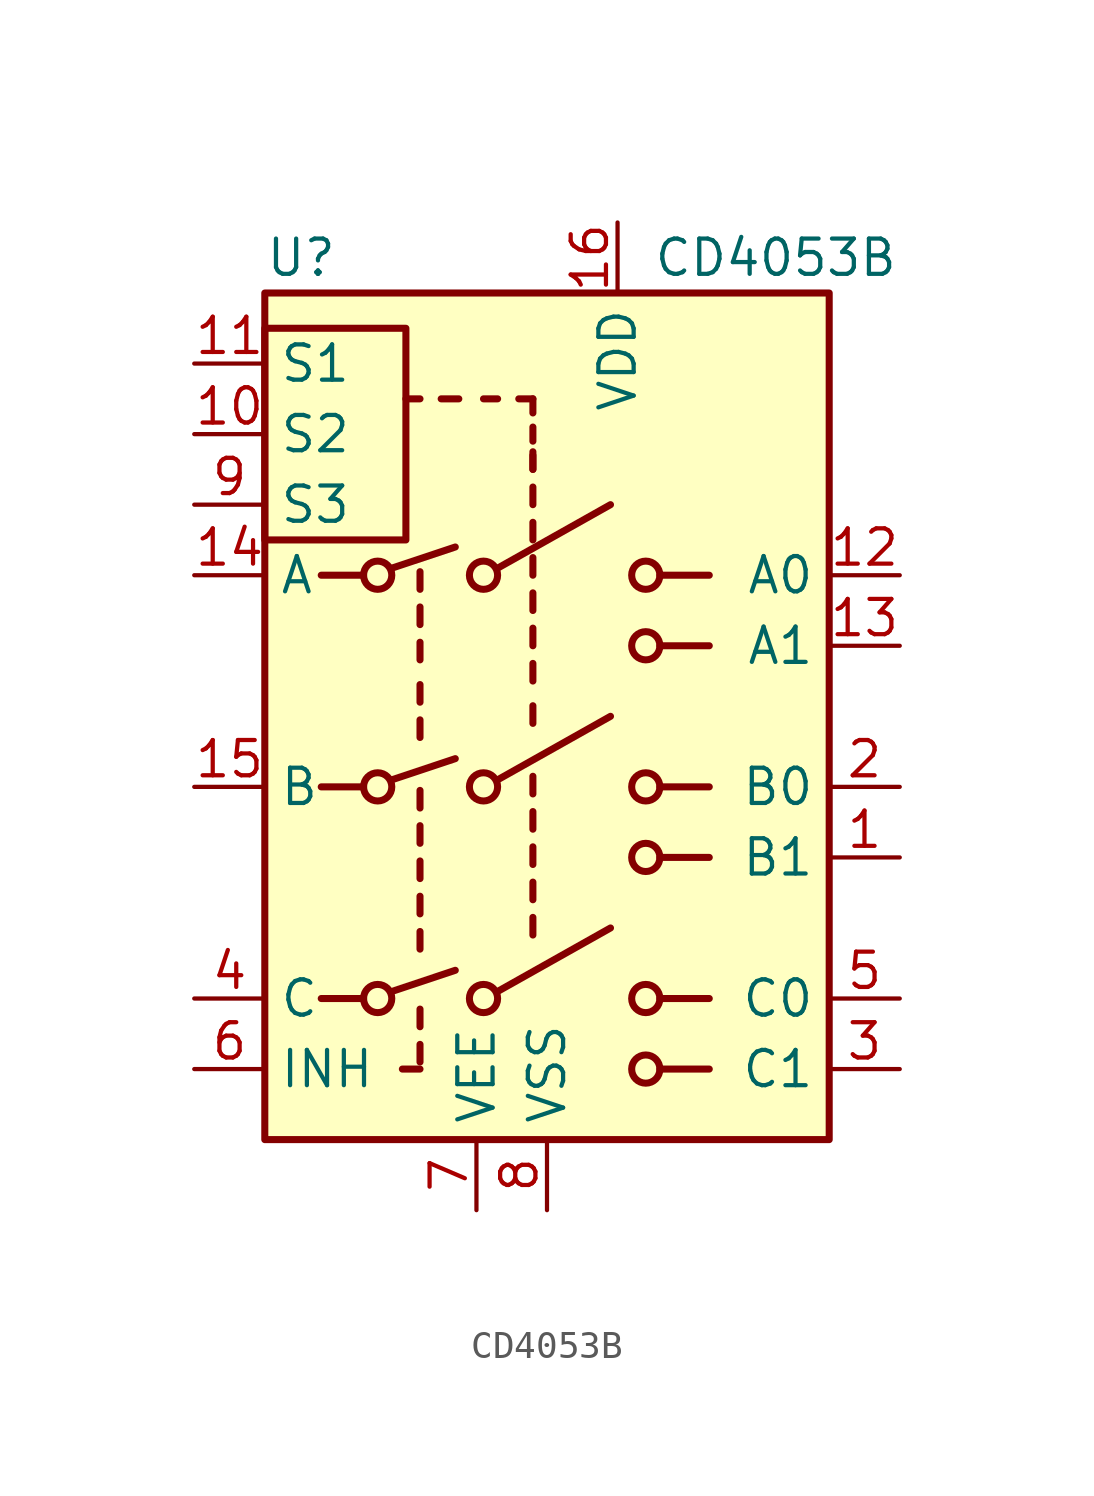
<source format=kicad_sym>
(kicad_symbol_lib
  (version 20201005)
  (generator kicad_symbol_editor)
  (symbol "Analog_Switch:CD4053B"
    (property "Reference" "U"
      (at -10.16 16.51 0)
      (effects (font (size 1.27 1.27)) (justify left)))
    (property "Value" "CD4053B"
      (at 3.81 16.51 0)
      (effects (font (size 1.27 1.27)) (justify left)))
    (symbol "CD4053B_0_1"
      (circle (center -6.096 -10.16) (radius 0.508) (stroke (width 0.254)) (fill (type none)))
      (circle (center -6.096 -2.54) (radius 0.508) (stroke (width 0.254)) (fill (type none)))
      (circle (center -6.096 5.08) (radius 0.508) (stroke (width 0.254)) (fill (type none)))
      (circle (center -2.286 -10.16) (radius 0.508) (stroke (width 0.254)) (fill (type none)))
      (circle (center -2.286 -2.54) (radius 0.508) (stroke (width 0.254)) (fill (type none)))
      (circle (center -2.286 5.08) (radius 0.508) (stroke (width 0.254)) (fill (type none)))
      (circle (center 3.556 -12.7) (radius 0.508) (stroke (width 0.254)) (fill (type none)))
      (circle (center 3.556 -10.16) (radius 0.508) (stroke (width 0.254)) (fill (type none)))
      (circle (center 3.556 -5.08) (radius 0.508) (stroke (width 0.254)) (fill (type none)))
      (circle (center 3.556 -2.54) (radius 0.508) (stroke (width 0.254)) (fill (type none)))
      (circle (center 3.556 2.54) (radius 0.508) (stroke (width 0.254)) (fill (type none)))
      (circle (center 3.556 5.08) (radius 0.508) (stroke (width 0.254)) (fill (type none)))
      (rectangle (start -10.16 6.35) (end -5.08 13.97) (stroke (width 0.254)) (fill (type none)))
      (rectangle (start -10.16 15.24) (end 10.16 -15.24) (stroke (width 0.254)) (fill (type background)))
      (polyline (pts (xy -8.128 -10.16) (xy -6.604 -10.16)) (stroke (width 0.254)) (fill (type none)))
      (polyline (pts (xy -8.128 -2.54) (xy -6.604 -2.54)) (stroke (width 0.254)) (fill (type none)))
      (polyline (pts (xy -8.128 5.08) (xy -6.604 5.08)) (stroke (width 0.254)) (fill (type none)))
      (polyline (pts (xy -5.588 -9.906) (xy -3.302 -9.144)) (stroke (width 0.254)) (fill (type none)))
      (polyline (pts (xy -5.588 -2.286) (xy -3.302 -1.524)) (stroke (width 0.254)) (fill (type none)))
      (polyline (pts (xy -5.588 5.334) (xy -3.302 6.096)) (stroke (width 0.254)) (fill (type none)))
      (polyline (pts (xy -4.572 -12.7) (xy -5.207 -12.7)) (stroke (width 0.254)) (fill (type none)))
      (polyline (pts (xy -4.572 -12.446) (xy -4.572 -11.811)) (stroke (width 0.254)) (fill (type none)))
      (polyline (pts (xy -4.572 -11.176) (xy -4.572 -10.541)) (stroke (width 0.254)) (fill (type none)))
      (polyline (pts (xy -4.572 -8.382) (xy -4.572 -7.747)) (stroke (width 0.254)) (fill (type none)))
      (polyline (pts (xy -4.572 -7.112) (xy -4.572 -6.477)) (stroke (width 0.254)) (fill (type none)))
      (polyline (pts (xy -4.572 -5.842) (xy -4.572 -5.207)) (stroke (width 0.254)) (fill (type none)))
      (polyline (pts (xy -4.572 -4.572) (xy -4.572 -3.937)) (stroke (width 0.254)) (fill (type none)))
      (polyline (pts (xy -4.572 -3.302) (xy -4.572 -2.667)) (stroke (width 0.254)) (fill (type none)))
      (polyline (pts (xy -4.572 -0.762) (xy -4.572 -0.127)) (stroke (width 0.254)) (fill (type none)))
      (polyline (pts (xy -4.572 0.508) (xy -4.572 1.143)) (stroke (width 0.254)) (fill (type none)))
      (polyline (pts (xy -4.572 2.032) (xy -4.572 2.667)) (stroke (width 0.254)) (fill (type none)))
      (polyline (pts (xy -4.572 3.302) (xy -4.572 3.937)) (stroke (width 0.254)) (fill (type none)))
      (polyline (pts (xy -4.572 4.572) (xy -4.572 5.207)) (stroke (width 0.254)) (fill (type none)))
      (polyline (pts (xy -4.572 11.43) (xy -5.08 11.43)) (stroke (width 0.254)) (fill (type none)))
      (polyline (pts (xy -3.81 11.43) (xy -3.175 11.43)) (stroke (width 0.254)) (fill (type none)))
      (polyline (pts (xy -1.778 -9.906) (xy 2.286 -7.62)) (stroke (width 0.254)) (fill (type none)))
      (polyline (pts (xy -1.778 -2.286) (xy 2.286 0)) (stroke (width 0.254)) (fill (type none)))
      (polyline (pts (xy -1.778 5.334) (xy 2.286 7.62)) (stroke (width 0.254)) (fill (type none)))
      (polyline (pts (xy -1.778 11.43) (xy -2.286 11.43)) (stroke (width 0.254)) (fill (type none)))
      (polyline (pts (xy -0.508 -7.874) (xy -0.508 -7.239)) (stroke (width 0.254)) (fill (type none)))
      (polyline (pts (xy -0.508 -6.604) (xy -0.508 -5.969)) (stroke (width 0.254)) (fill (type none)))
      (polyline (pts (xy -0.508 -5.334) (xy -0.508 -4.699)) (stroke (width 0.254)) (fill (type none)))
      (polyline (pts (xy -0.508 -4.064) (xy -0.508 -3.429)) (stroke (width 0.254)) (fill (type none)))
      (polyline (pts (xy -0.508 -2.794) (xy -0.508 -2.159)) (stroke (width 0.254)) (fill (type none)))
      (polyline (pts (xy -0.508 -0.254) (xy -0.508 0.381)) (stroke (width 0.254)) (fill (type none)))
      (polyline (pts (xy -0.508 1.27) (xy -0.508 1.905)) (stroke (width 0.254)) (fill (type none)))
      (polyline (pts (xy -0.508 2.54) (xy -0.508 3.175)) (stroke (width 0.254)) (fill (type none)))
      (polyline (pts (xy -0.508 3.81) (xy -0.508 4.445)) (stroke (width 0.254)) (fill (type none)))
      (polyline (pts (xy -0.508 5.08) (xy -0.508 5.715)) (stroke (width 0.254)) (fill (type none)))
      (polyline (pts (xy -0.508 6.35) (xy -0.508 6.985)) (stroke (width 0.254)) (fill (type none)))
      (polyline (pts (xy -0.508 7.62) (xy -0.508 8.255)) (stroke (width 0.254)) (fill (type none)))
      (polyline (pts (xy -0.508 8.89) (xy -0.508 9.398)) (stroke (width 0.254)) (fill (type none)))
      (polyline (pts (xy -0.508 8.89) (xy -0.508 9.525)) (stroke (width 0.254)) (fill (type none)))
      (polyline (pts (xy -0.508 9.906) (xy -0.508 10.414)) (stroke (width 0.254)) (fill (type none)))
      (polyline (pts (xy -0.508 10.922) (xy -0.508 11.43)) (stroke (width 0.254)) (fill (type none)))
      (polyline (pts (xy -0.508 11.43) (xy -1.016 11.43)) (stroke (width 0.254)) (fill (type none)))
      (polyline (pts (xy 4.064 -12.7) (xy 5.842 -12.7)) (stroke (width 0.254)) (fill (type none)))
      (polyline (pts (xy 4.064 -10.16) (xy 5.842 -10.16)) (stroke (width 0.254)) (fill (type none)))
      (polyline (pts (xy 4.064 -5.08) (xy 5.842 -5.08)) (stroke (width 0.254)) (fill (type none)))
      (polyline (pts (xy 4.064 -2.54) (xy 5.842 -2.54)) (stroke (width 0.254)) (fill (type none)))
      (polyline (pts (xy 4.064 2.54) (xy 5.842 2.54)) (stroke (width 0.254)) (fill (type none)))
      (polyline (pts (xy 4.064 5.08) (xy 5.842 5.08)) (stroke (width 0.254)) (fill (type none))))
    (symbol "CD4053B_1_1"
      (pin bidirectional line (at 12.7 -5.08 180) (length 2.54) (name "B1" (effects (font (size 1.27 1.27)))) (number "1" (effects (font (size 1.27 1.27)))))
      (pin input line (at -12.7 10.16 0) (length 2.54) (name "S2" (effects (font (size 1.27 1.27)))) (number "10" (effects (font (size 1.27 1.27)))))
      (pin input line (at -12.7 12.7 0) (length 2.54) (name "S1" (effects (font (size 1.27 1.27)))) (number "11" (effects (font (size 1.27 1.27)))))
      (pin bidirectional line (at 12.7 5.08 180) (length 2.54) (name "A0" (effects (font (size 1.27 1.27)))) (number "12" (effects (font (size 1.27 1.27)))))
      (pin bidirectional line (at 12.7 2.54 180) (length 2.54) (name "A1" (effects (font (size 1.27 1.27)))) (number "13" (effects (font (size 1.27 1.27)))))
      (pin bidirectional line (at -12.7 5.08 0) (length 2.54) (name "A" (effects (font (size 1.27 1.27)))) (number "14" (effects (font (size 1.27 1.27)))))
      (pin bidirectional line (at -12.7 -2.54 0) (length 2.54) (name "B" (effects (font (size 1.27 1.27)))) (number "15" (effects (font (size 1.27 1.27)))))
      (pin power_in line (at 2.54 17.78 270) (length 2.54) (name "VDD" (effects (font (size 1.27 1.27)))) (number "16" (effects (font (size 1.27 1.27)))))
      (pin bidirectional line (at 12.7 -2.54 180) (length 2.54) (name "B0" (effects (font (size 1.27 1.27)))) (number "2" (effects (font (size 1.27 1.27)))))
      (pin bidirectional line (at 12.7 -12.7 180) (length 2.54) (name "C1" (effects (font (size 1.27 1.27)))) (number "3" (effects (font (size 1.27 1.27)))))
      (pin bidirectional line (at -12.7 -10.16 0) (length 2.54) (name "C" (effects (font (size 1.27 1.27)))) (number "4" (effects (font (size 1.27 1.27)))))
      (pin bidirectional line (at 12.7 -10.16 180) (length 2.54) (name "C0" (effects (font (size 1.27 1.27)))) (number "5" (effects (font (size 1.27 1.27)))))
      (pin input line (at -12.7 -12.7 0) (length 2.54) (name "INH" (effects (font (size 1.27 1.27)))) (number "6" (effects (font (size 1.27 1.27)))))
      (pin power_in line (at -2.54 -17.78 90) (length 2.54) (name "VEE" (effects (font (size 1.27 1.27)))) (number "7" (effects (font (size 1.27 1.27)))))
      (pin power_in line (at 0 -17.78 90) (length 2.54) (name "VSS" (effects (font (size 1.27 1.27)))) (number "8" (effects (font (size 1.27 1.27)))))
      (pin input line (at -12.7 7.62 0) (length 2.54) (name "S3" (effects (font (size 1.27 1.27)))) (number "9" (effects (font (size 1.27 1.27))))))))
</source>
